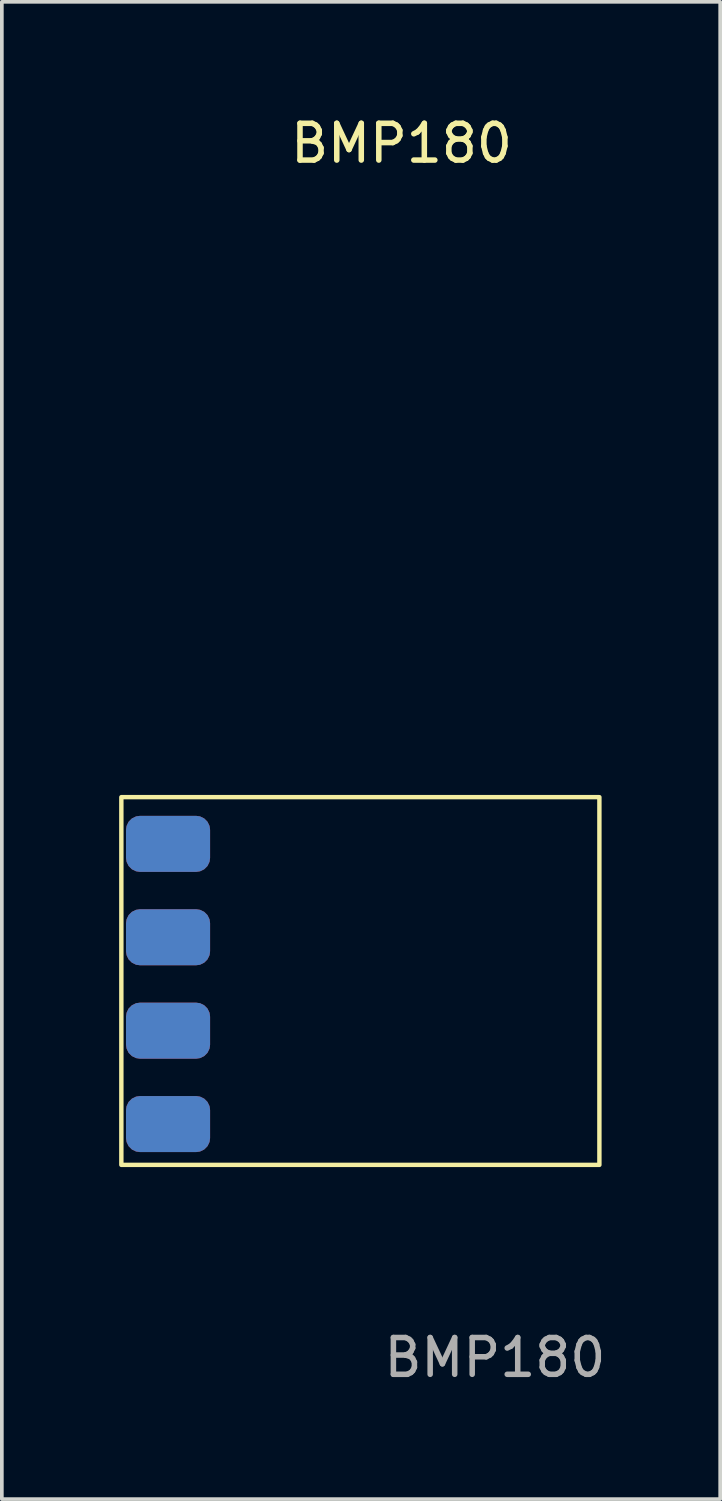
<source format=kicad_pcb>
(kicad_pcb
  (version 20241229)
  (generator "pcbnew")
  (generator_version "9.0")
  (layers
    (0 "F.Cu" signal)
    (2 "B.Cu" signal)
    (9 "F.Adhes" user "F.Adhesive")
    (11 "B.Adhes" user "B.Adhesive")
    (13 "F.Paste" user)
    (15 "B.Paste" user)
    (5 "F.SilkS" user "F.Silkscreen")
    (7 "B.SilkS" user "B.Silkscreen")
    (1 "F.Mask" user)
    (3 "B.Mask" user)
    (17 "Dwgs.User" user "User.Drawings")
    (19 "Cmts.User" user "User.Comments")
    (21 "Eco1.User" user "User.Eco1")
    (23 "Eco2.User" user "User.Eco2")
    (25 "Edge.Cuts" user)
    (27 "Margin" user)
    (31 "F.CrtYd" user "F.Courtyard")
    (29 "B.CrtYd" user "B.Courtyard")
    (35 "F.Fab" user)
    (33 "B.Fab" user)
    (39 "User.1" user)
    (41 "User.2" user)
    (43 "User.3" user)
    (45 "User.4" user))
  (footprint "BMP180"
    (layer "F.Cu")
    (at 0.25 28.788)
    (property "Reference" "BMP180" (at 7.62 -27.94 0) (unlocked yes) (layer "F.SilkS") (effects (font (size 1 1) (thickness 0.15))))
    (attr smd)
    (fp_rect (start 0 -0.16) (end 13 -10.16) (stroke (width 0.12) (type solid)) (fill no) (layer "F.SilkS"))
    (fp_text user "${REFERENCE}" (at 10.16 5.08 0) (unlocked yes) (layer "F.Fab") (effects (font (size 1 1) (thickness 0.15))))
    (pad "1" thru_hole roundrect (at 1.27 -1.27) (size 2.286 1.524) (drill 0.000001) (layers "*.Cu" "*.Mask") (roundrect_rratio 0.25))
    (pad "2" thru_hole roundrect (at 1.27 -3.81) (size 2.286 1.524) (drill 0.000001) (layers "*.Cu" "*.Mask") (roundrect_rratio 0.25))
    (pad "3" thru_hole roundrect (at 1.27 -6.35) (size 2.286 1.524) (drill 0.000001) (layers "*.Cu" "*.Mask") (roundrect_rratio 0.25))
    (pad "4" thru_hole roundrect (at 1.27 -8.89) (size 2.286 1.524) (drill 0.000001) (layers "*.Cu" "*.Mask") (roundrect_rratio 0.25)))
  (gr_rect
    (start -3 -3)
    (end 16.535 37.717)
    (stroke (width 0.1) (type default))
    (fill no)
    (layer "Edge.Cuts")))
</source>
